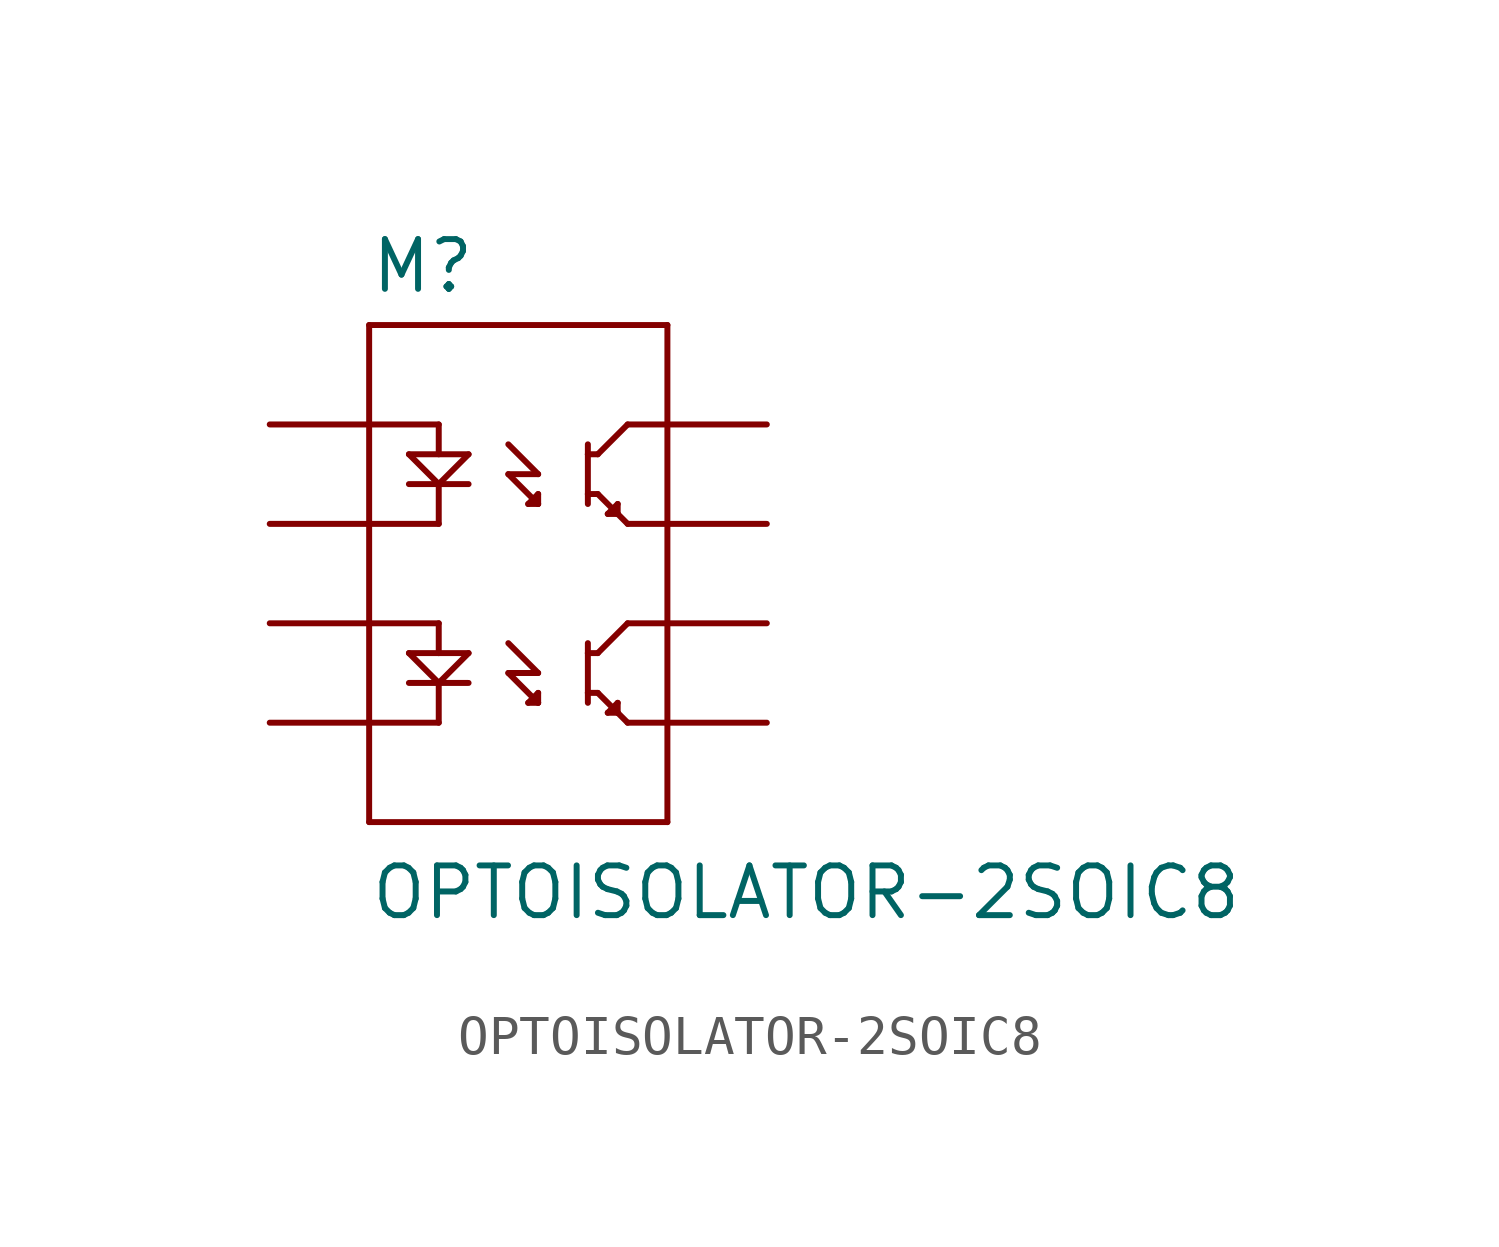
<source format=kicad_sym>
(kicad_symbol_lib
  (version 20211014)
  (generator kicad_symbol_editor)
  (symbol "OPTOISOLATOR-2SOIC8"
    (pin_numbers hide)
    (pin_names
      (offset 1.016) hide)
    (property "Reference" "M"
      (at -5.08 8.382 0)
      (effects (font (size 1.27 1.27)) (justify left bottom)))
    (property "Value" "OPTOISOLATOR-2SOIC8"
      (at -5.08 -7.62 0)
      (effects (font (size 1.27 1.27)) (justify left bottom)))
    (property "ki_locked" ""
      (at 0 0 0)
      (effects (font (size 1.27 1.27))))
    (symbol "OPTOISOLATOR-2SOIC8_1_0"
      (polyline (pts (xy -5.08 -5.08) (xy -5.08 -2.54)) (stroke (width 0) (type default) (color 0 0 0 0)) (fill (type none)))
      (polyline (pts (xy -5.08 -2.54) (xy -5.08 0)) (stroke (width 0) (type default) (color 0 0 0 0)) (fill (type none)))
      (polyline (pts (xy -5.08 0) (xy -5.08 2.54)) (stroke (width 0) (type default) (color 0 0 0 0)) (fill (type none)))
      (polyline (pts (xy -5.08 0) (xy -3.302 0)) (stroke (width 0) (type default) (color 0 0 0 0)) (fill (type none)))
      (polyline (pts (xy -5.08 2.54) (xy -5.08 5.08)) (stroke (width 0) (type default) (color 0 0 0 0)) (fill (type none)))
      (polyline (pts (xy -5.08 5.08) (xy -5.08 7.62)) (stroke (width 0) (type default) (color 0 0 0 0)) (fill (type none)))
      (polyline (pts (xy -5.08 5.08) (xy -3.302 5.08)) (stroke (width 0) (type default) (color 0 0 0 0)) (fill (type none)))
      (polyline (pts (xy -5.08 7.62) (xy 2.54 7.62)) (stroke (width 0) (type default) (color 0 0 0 0)) (fill (type none)))
      (polyline (pts (xy -4.064 -0.762) (xy -3.302 -0.762)) (stroke (width 0) (type default) (color 0 0 0 0)) (fill (type none)))
      (polyline (pts (xy -4.064 4.318) (xy -3.302 3.556)) (stroke (width 0) (type default) (color 0 0 0 0)) (fill (type none)))
      (polyline (pts (xy -3.302 -2.54) (xy -5.08 -2.54)) (stroke (width 0) (type default) (color 0 0 0 0)) (fill (type none)))
      (polyline (pts (xy -3.302 -1.524) (xy -4.064 -1.524)) (stroke (width 0) (type default) (color 0 0 0 0)) (fill (type none)))
      (polyline (pts (xy -3.302 -1.524) (xy -4.064 -0.762)) (stroke (width 0) (type default) (color 0 0 0 0)) (fill (type none)))
      (polyline (pts (xy -3.302 -1.524) (xy -3.302 -2.54)) (stroke (width 0) (type default) (color 0 0 0 0)) (fill (type none)))
      (polyline (pts (xy -3.302 -0.762) (xy -2.54 -0.762)) (stroke (width 0) (type default) (color 0 0 0 0)) (fill (type none)))
      (polyline (pts (xy -3.302 0) (xy -3.302 -0.762)) (stroke (width 0) (type default) (color 0 0 0 0)) (fill (type none)))
      (polyline (pts (xy -3.302 2.54) (xy -5.08 2.54)) (stroke (width 0) (type default) (color 0 0 0 0)) (fill (type none)))
      (polyline (pts (xy -3.302 3.556) (xy -4.064 3.556)) (stroke (width 0) (type default) (color 0 0 0 0)) (fill (type none)))
      (polyline (pts (xy -3.302 3.556) (xy -3.302 2.54)) (stroke (width 0) (type default) (color 0 0 0 0)) (fill (type none)))
      (polyline (pts (xy -3.302 3.556) (xy -2.54 4.318)) (stroke (width 0) (type default) (color 0 0 0 0)) (fill (type none)))
      (polyline (pts (xy -3.302 5.08) (xy -3.302 4.318)) (stroke (width 0) (type default) (color 0 0 0 0)) (fill (type none)))
      (polyline (pts (xy -2.54 -1.524) (xy -3.302 -1.524)) (stroke (width 0) (type default) (color 0 0 0 0)) (fill (type none)))
      (polyline (pts (xy -2.54 -0.762) (xy -3.302 -1.524)) (stroke (width 0) (type default) (color 0 0 0 0)) (fill (type none)))
      (polyline (pts (xy -2.54 3.556) (xy -3.302 3.556)) (stroke (width 0) (type default) (color 0 0 0 0)) (fill (type none)))
      (polyline (pts (xy -2.54 4.318) (xy -4.064 4.318)) (stroke (width 0) (type default) (color 0 0 0 0)) (fill (type none)))
      (polyline (pts (xy -1.524 -1.27) (xy -0.762 -2.032)) (stroke (width 0) (type default) (color 0 0 0 0)) (fill (type none)))
      (polyline (pts (xy -1.524 -0.508) (xy -0.762 -1.27)) (stroke (width 0) (type default) (color 0 0 0 0)) (fill (type none)))
      (polyline (pts (xy -1.524 3.81) (xy -0.762 3.048)) (stroke (width 0) (type default) (color 0 0 0 0)) (fill (type none)))
      (polyline (pts (xy -1.524 4.572) (xy -0.762 3.81)) (stroke (width 0) (type default) (color 0 0 0 0)) (fill (type none)))
      (polyline (pts (xy -1.016 -2.032) (xy -0.762 -2.032)) (stroke (width 0) (type default) (color 0 0 0 0)) (fill (type none)))
      (polyline (pts (xy -1.016 3.048) (xy -0.762 3.048)) (stroke (width 0) (type default) (color 0 0 0 0)) (fill (type none)))
      (polyline (pts (xy -0.762 -2.032) (xy -0.762 -1.778)) (stroke (width 0) (type default) (color 0 0 0 0)) (fill (type none)))
      (polyline (pts (xy -0.762 -1.778) (xy -1.016 -2.032)) (stroke (width 0) (type default) (color 0 0 0 0)) (fill (type none)))
      (polyline (pts (xy -0.762 -1.27) (xy -1.524 -1.27)) (stroke (width 0) (type default) (color 0 0 0 0)) (fill (type none)))
      (polyline (pts (xy -0.762 3.048) (xy -0.762 3.302)) (stroke (width 0) (type default) (color 0 0 0 0)) (fill (type none)))
      (polyline (pts (xy -0.762 3.302) (xy -1.016 3.048)) (stroke (width 0) (type default) (color 0 0 0 0)) (fill (type none)))
      (polyline (pts (xy -0.762 3.81) (xy -1.524 3.81)) (stroke (width 0) (type default) (color 0 0 0 0)) (fill (type none)))
      (polyline (pts (xy 0.508 -1.778) (xy 0.508 -2.032)) (stroke (width 0) (type default) (color 0 0 0 0)) (fill (type none)))
      (polyline (pts (xy 0.508 -1.778) (xy 0.762 -1.778)) (stroke (width 0) (type default) (color 0 0 0 0)) (fill (type none)))
      (polyline (pts (xy 0.508 -0.762) (xy 0.508 -1.778)) (stroke (width 0) (type default) (color 0 0 0 0)) (fill (type none)))
      (polyline (pts (xy 0.508 -0.762) (xy 0.762 -0.762)) (stroke (width 0) (type default) (color 0 0 0 0)) (fill (type none)))
      (polyline (pts (xy 0.508 -0.508) (xy 0.508 -0.762)) (stroke (width 0) (type default) (color 0 0 0 0)) (fill (type none)))
      (polyline (pts (xy 0.508 3.302) (xy 0.508 3.048)) (stroke (width 0) (type default) (color 0 0 0 0)) (fill (type none)))
      (polyline (pts (xy 0.508 3.302) (xy 0.762 3.302)) (stroke (width 0) (type default) (color 0 0 0 0)) (fill (type none)))
      (polyline (pts (xy 0.508 4.318) (xy 0.508 3.302)) (stroke (width 0) (type default) (color 0 0 0 0)) (fill (type none)))
      (polyline (pts (xy 0.508 4.318) (xy 0.762 4.318)) (stroke (width 0) (type default) (color 0 0 0 0)) (fill (type none)))
      (polyline (pts (xy 0.508 4.572) (xy 0.508 4.318)) (stroke (width 0) (type default) (color 0 0 0 0)) (fill (type none)))
      (polyline (pts (xy 0.762 -1.778) (xy 1.27 -2.286)) (stroke (width 0) (type default) (color 0 0 0 0)) (fill (type none)))
      (polyline (pts (xy 0.762 -0.762) (xy 1.524 0)) (stroke (width 0) (type default) (color 0 0 0 0)) (fill (type none)))
      (polyline (pts (xy 0.762 3.302) (xy 1.27 2.794)) (stroke (width 0) (type default) (color 0 0 0 0)) (fill (type none)))
      (polyline (pts (xy 0.762 4.318) (xy 1.524 5.08)) (stroke (width 0) (type default) (color 0 0 0 0)) (fill (type none)))
      (polyline (pts (xy 1.016 -2.286) (xy 1.27 -2.286)) (stroke (width 0) (type default) (color 0 0 0 0)) (fill (type none)))
      (polyline (pts (xy 1.016 2.794) (xy 1.27 2.794)) (stroke (width 0) (type default) (color 0 0 0 0)) (fill (type none)))
      (polyline (pts (xy 1.27 -2.286) (xy 1.27 -2.032)) (stroke (width 0) (type default) (color 0 0 0 0)) (fill (type none)))
      (polyline (pts (xy 1.27 -2.286) (xy 1.524 -2.54)) (stroke (width 0) (type default) (color 0 0 0 0)) (fill (type none)))
      (polyline (pts (xy 1.27 -2.032) (xy 1.016 -2.286)) (stroke (width 0) (type default) (color 0 0 0 0)) (fill (type none)))
      (polyline (pts (xy 1.27 2.794) (xy 1.27 3.048)) (stroke (width 0) (type default) (color 0 0 0 0)) (fill (type none)))
      (polyline (pts (xy 1.27 2.794) (xy 1.524 2.54)) (stroke (width 0) (type default) (color 0 0 0 0)) (fill (type none)))
      (polyline (pts (xy 1.27 3.048) (xy 1.016 2.794)) (stroke (width 0) (type default) (color 0 0 0 0)) (fill (type none)))
      (polyline (pts (xy 1.524 -2.54) (xy 2.54 -2.54)) (stroke (width 0) (type default) (color 0 0 0 0)) (fill (type none)))
      (polyline (pts (xy 1.524 0) (xy 2.54 0)) (stroke (width 0) (type default) (color 0 0 0 0)) (fill (type none)))
      (polyline (pts (xy 1.524 2.54) (xy 2.54 2.54)) (stroke (width 0) (type default) (color 0 0 0 0)) (fill (type none)))
      (polyline (pts (xy 1.524 5.08) (xy 2.54 5.08)) (stroke (width 0) (type default) (color 0 0 0 0)) (fill (type none)))
      (polyline (pts (xy 2.54 -5.08) (xy -5.08 -5.08)) (stroke (width 0) (type default) (color 0 0 0 0)) (fill (type none)))
      (polyline (pts (xy 2.54 -2.54) (xy 2.54 -5.08)) (stroke (width 0) (type default) (color 0 0 0 0)) (fill (type none)))
      (polyline (pts (xy 2.54 0) (xy 2.54 -2.54)) (stroke (width 0) (type default) (color 0 0 0 0)) (fill (type none)))
      (polyline (pts (xy 2.54 2.54) (xy 2.54 0)) (stroke (width 0) (type default) (color 0 0 0 0)) (fill (type none)))
      (polyline (pts (xy 2.54 5.08) (xy 2.54 2.54)) (stroke (width 0) (type default) (color 0 0 0 0)) (fill (type none)))
      (polyline (pts (xy 2.54 7.62) (xy 2.54 5.08)) (stroke (width 0) (type default) (color 0 0 0 0)) (fill (type none))))
    (symbol "OPTOISOLATOR-2SOIC8_1_1"
      (pin bidirectional line (at -7.62 5.08 0) (length 2.54) (name "A1" (effects (font (size 1.016 1.016)))) (number "1" (effects (font (size 1.016 1.016)))))
      (pin bidirectional line (at -7.62 2.54 0) (length 2.54) (name "C1" (effects (font (size 1.016 1.016)))) (number "2" (effects (font (size 1.016 1.016)))))
      (pin bidirectional line (at -7.62 0 0) (length 2.54) (name "A2" (effects (font (size 1.016 1.016)))) (number "3" (effects (font (size 1.016 1.016)))))
      (pin bidirectional line (at -7.62 -2.54 0) (length 2.54) (name "C2" (effects (font (size 1.016 1.016)))) (number "4" (effects (font (size 1.016 1.016)))))
      (pin bidirectional line (at 5.08 -2.54 180) (length 2.54) (name "EM2" (effects (font (size 1.016 1.016)))) (number "5" (effects (font (size 1.016 1.016)))))
      (pin bidirectional line (at 5.08 0 180) (length 2.54) (name "CL2" (effects (font (size 1.016 1.016)))) (number "6" (effects (font (size 1.016 1.016)))))
      (pin bidirectional line (at 5.08 2.54 180) (length 2.54) (name "EM1" (effects (font (size 1.016 1.016)))) (number "7" (effects (font (size 1.016 1.016)))))
      (pin bidirectional line (at 5.08 5.08 180) (length 2.54) (name "CL1" (effects (font (size 1.016 1.016)))) (number "8" (effects (font (size 1.016 1.016))))))))
</source>
